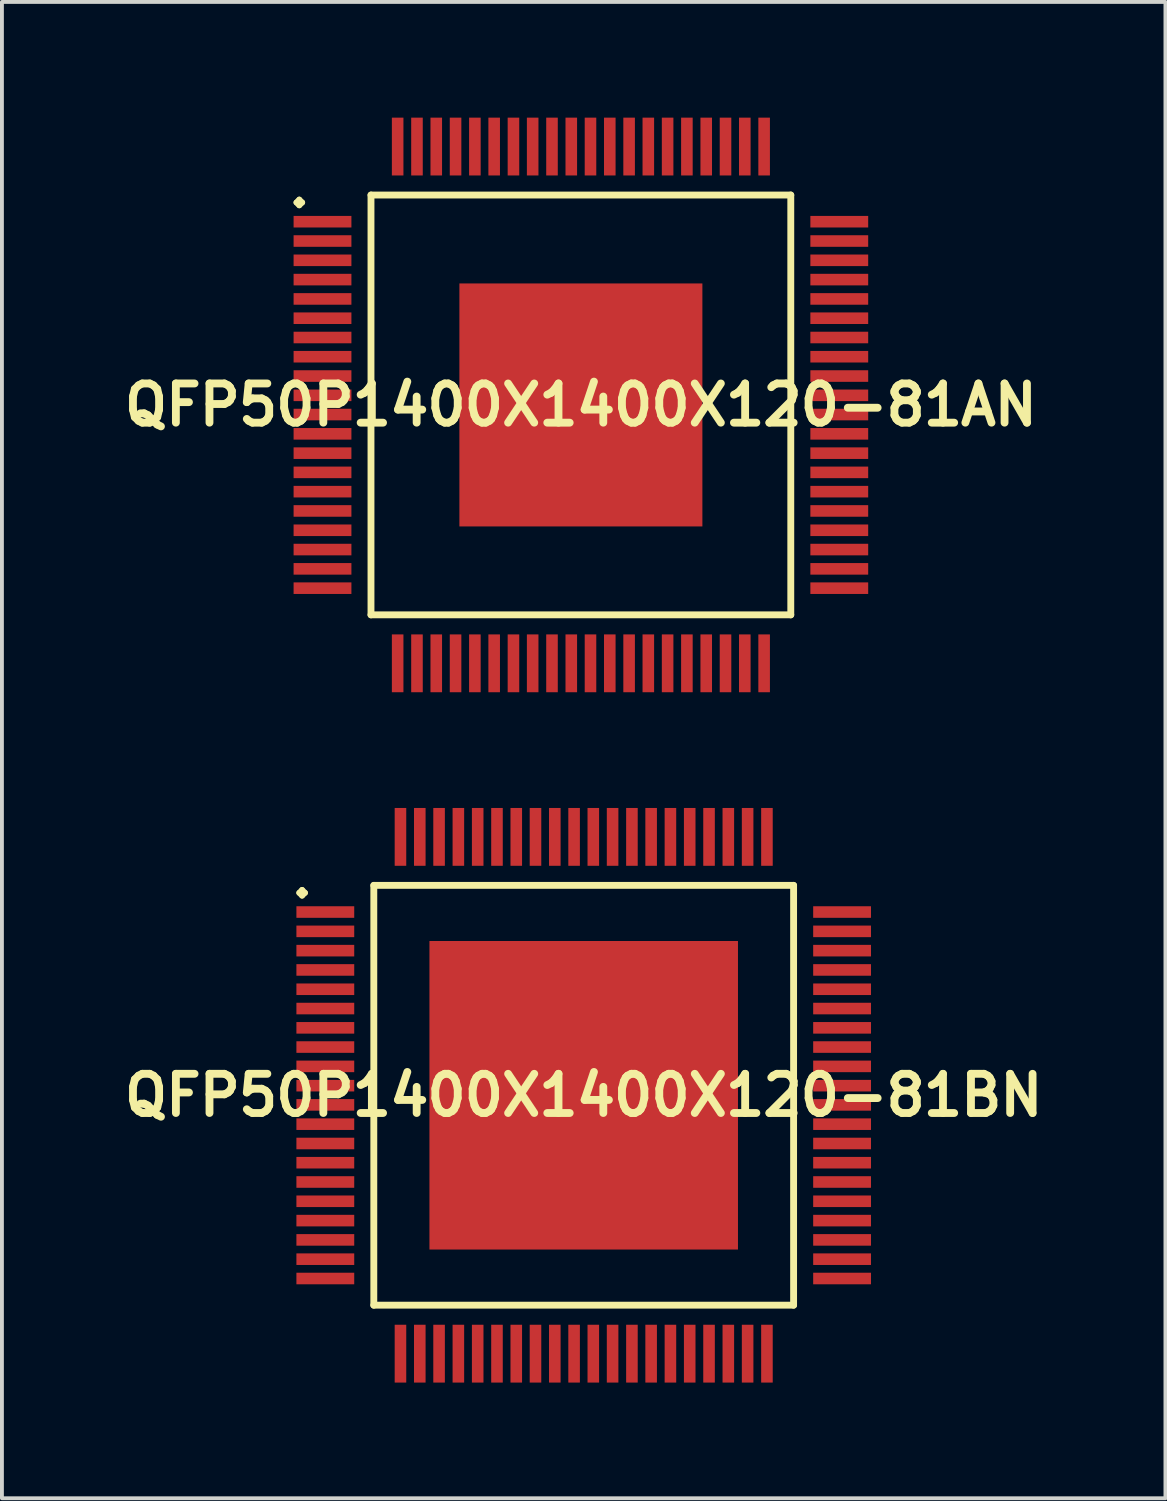
<source format=kicad_pcb>
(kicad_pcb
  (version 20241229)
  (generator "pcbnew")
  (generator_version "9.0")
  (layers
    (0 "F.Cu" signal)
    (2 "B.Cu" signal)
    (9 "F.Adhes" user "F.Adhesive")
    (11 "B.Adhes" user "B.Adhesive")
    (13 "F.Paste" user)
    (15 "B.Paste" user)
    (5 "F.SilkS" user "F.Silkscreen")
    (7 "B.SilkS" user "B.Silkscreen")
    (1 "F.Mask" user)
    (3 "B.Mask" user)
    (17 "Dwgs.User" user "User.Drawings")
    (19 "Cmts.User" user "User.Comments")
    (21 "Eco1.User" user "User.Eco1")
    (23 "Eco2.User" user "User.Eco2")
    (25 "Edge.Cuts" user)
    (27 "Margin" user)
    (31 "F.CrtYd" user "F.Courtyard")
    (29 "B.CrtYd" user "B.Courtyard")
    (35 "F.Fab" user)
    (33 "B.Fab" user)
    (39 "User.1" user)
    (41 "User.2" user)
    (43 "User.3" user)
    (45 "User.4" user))
  (footprint "QFP50P1400X1400X120-81BN"
    (layer "F.Cu")
    (at 12.081 25.342)
    (property "Reference" "QFP50P1400X1400X120-81BN" (at 0 0 0) (layer "F.SilkS") (effects (font (size 1.016 1.016) (thickness 0.203))))
    (attr smd)
    (fp_line (start -7.374 -5.248) (end -7.3 -5.324) (stroke (width 0.15) (type solid)) (layer "F.SilkS"))
    (fp_line (start -7.3 -5.324) (end -7.224 -5.248) (stroke (width 0.15) (type solid)) (layer "F.SilkS"))
    (fp_line (start -7.3 -5.174) (end -7.374 -5.248) (stroke (width 0.15) (type solid)) (layer "F.SilkS"))
    (fp_line (start -7.224 -5.248) (end -7.3 -5.174) (stroke (width 0.15) (type solid)) (layer "F.SilkS"))
    (fp_line (start -5.441 -5.441) (end -5.441 5.441) (stroke (width 0.178) (type solid)) (layer "F.SilkS"))
    (fp_line (start -5.441 5.441) (end 5.441 5.441) (stroke (width 0.178) (type solid)) (layer "F.SilkS"))
    (fp_line (start 5.441 -5.441) (end -5.441 -5.441) (stroke (width 0.178) (type solid)) (layer "F.SilkS"))
    (fp_line (start 5.441 5.441) (end 5.441 -5.441) (stroke (width 0.178) (type solid)) (layer "F.SilkS"))
    (pad "1" smd rect (at -6.698 -4.75) (size 1.499 0.3) (layers "F.Cu" "F.Mask" "F.Paste"))
    (pad "2" smd rect (at -6.698 -4.249) (size 1.499 0.3) (layers "F.Cu" "F.Mask" "F.Paste"))
    (pad "3" smd rect (at -6.698 -3.749) (size 1.499 0.3) (layers "F.Cu" "F.Mask" "F.Paste"))
    (pad "4" smd rect (at -6.698 -3.249) (size 1.499 0.3) (layers "F.Cu" "F.Mask" "F.Paste"))
    (pad "5" smd rect (at -6.698 -2.748) (size 1.499 0.3) (layers "F.Cu" "F.Mask" "F.Paste"))
    (pad "6" smd rect (at -6.698 -2.248) (size 1.499 0.3) (layers "F.Cu" "F.Mask" "F.Paste"))
    (pad "7" smd rect (at -6.698 -1.748) (size 1.499 0.3) (layers "F.Cu" "F.Mask" "F.Paste"))
    (pad "8" smd rect (at -6.698 -1.25) (size 1.499 0.3) (layers "F.Cu" "F.Mask" "F.Paste"))
    (pad "9" smd rect (at -6.698 -0.749) (size 1.499 0.3) (layers "F.Cu" "F.Mask" "F.Paste"))
    (pad "10" smd rect (at -6.698 -0.249) (size 1.499 0.3) (layers "F.Cu" "F.Mask" "F.Paste"))
    (pad "11" smd rect (at -6.698 0.249) (size 1.499 0.3) (layers "F.Cu" "F.Mask" "F.Paste"))
    (pad "12" smd rect (at -6.698 0.749) (size 1.499 0.3) (layers "F.Cu" "F.Mask" "F.Paste"))
    (pad "13" smd rect (at -6.698 1.25) (size 1.499 0.3) (layers "F.Cu" "F.Mask" "F.Paste"))
    (pad "14" smd rect (at -6.698 1.748) (size 1.499 0.3) (layers "F.Cu" "F.Mask" "F.Paste"))
    (pad "15" smd rect (at -6.698 2.248) (size 1.499 0.3) (layers "F.Cu" "F.Mask" "F.Paste"))
    (pad "16" smd rect (at -6.698 2.748) (size 1.499 0.3) (layers "F.Cu" "F.Mask" "F.Paste"))
    (pad "17" smd rect (at -6.698 3.249) (size 1.499 0.3) (layers "F.Cu" "F.Mask" "F.Paste"))
    (pad "18" smd rect (at -6.698 3.749) (size 1.499 0.3) (layers "F.Cu" "F.Mask" "F.Paste"))
    (pad "19" smd rect (at -6.698 4.249) (size 1.499 0.3) (layers "F.Cu" "F.Mask" "F.Paste"))
    (pad "20" smd rect (at -6.698 4.75) (size 1.499 0.3) (layers "F.Cu" "F.Mask" "F.Paste"))
    (pad "21" smd rect (at -4.75 6.698) (size 0.3 1.499) (layers "F.Cu" "F.Mask" "F.Paste"))
    (pad "22" smd rect (at -4.249 6.698) (size 0.3 1.499) (layers "F.Cu" "F.Mask" "F.Paste"))
    (pad "23" smd rect (at -3.749 6.698) (size 0.3 1.499) (layers "F.Cu" "F.Mask" "F.Paste"))
    (pad "24" smd rect (at -3.249 6.698) (size 0.3 1.499) (layers "F.Cu" "F.Mask" "F.Paste"))
    (pad "25" smd rect (at -2.748 6.698) (size 0.3 1.499) (layers "F.Cu" "F.Mask" "F.Paste"))
    (pad "26" smd rect (at -2.248 6.698) (size 0.3 1.499) (layers "F.Cu" "F.Mask" "F.Paste"))
    (pad "27" smd rect (at -1.748 6.698) (size 0.3 1.499) (layers "F.Cu" "F.Mask" "F.Paste"))
    (pad "28" smd rect (at -1.25 6.698) (size 0.3 1.499) (layers "F.Cu" "F.Mask" "F.Paste"))
    (pad "29" smd rect (at -0.749 6.698) (size 0.3 1.499) (layers "F.Cu" "F.Mask" "F.Paste"))
    (pad "30" smd rect (at -0.249 6.698) (size 0.3 1.499) (layers "F.Cu" "F.Mask" "F.Paste"))
    (pad "31" smd rect (at 0.249 6.698) (size 0.3 1.499) (layers "F.Cu" "F.Mask" "F.Paste"))
    (pad "32" smd rect (at 0.749 6.698) (size 0.3 1.499) (layers "F.Cu" "F.Mask" "F.Paste"))
    (pad "33" smd rect (at 1.25 6.698) (size 0.3 1.499) (layers "F.Cu" "F.Mask" "F.Paste"))
    (pad "34" smd rect (at 1.748 6.698) (size 0.3 1.499) (layers "F.Cu" "F.Mask" "F.Paste"))
    (pad "35" smd rect (at 2.248 6.698) (size 0.3 1.499) (layers "F.Cu" "F.Mask" "F.Paste"))
    (pad "36" smd rect (at 2.748 6.698) (size 0.3 1.499) (layers "F.Cu" "F.Mask" "F.Paste"))
    (pad "37" smd rect (at 3.249 6.698) (size 0.3 1.499) (layers "F.Cu" "F.Mask" "F.Paste"))
    (pad "38" smd rect (at 3.749 6.698) (size 0.3 1.499) (layers "F.Cu" "F.Mask" "F.Paste"))
    (pad "39" smd rect (at 4.249 6.698) (size 0.3 1.499) (layers "F.Cu" "F.Mask" "F.Paste"))
    (pad "40" smd rect (at 4.75 6.698) (size 0.3 1.499) (layers "F.Cu" "F.Mask" "F.Paste"))
    (pad "41" smd rect (at 6.698 4.75) (size 1.499 0.3) (layers "F.Cu" "F.Mask" "F.Paste"))
    (pad "42" smd rect (at 6.698 4.249) (size 1.499 0.3) (layers "F.Cu" "F.Mask" "F.Paste"))
    (pad "43" smd rect (at 6.698 3.749) (size 1.499 0.3) (layers "F.Cu" "F.Mask" "F.Paste"))
    (pad "44" smd rect (at 6.698 3.249) (size 1.499 0.3) (layers "F.Cu" "F.Mask" "F.Paste"))
    (pad "45" smd rect (at 6.698 2.748) (size 1.499 0.3) (layers "F.Cu" "F.Mask" "F.Paste"))
    (pad "46" smd rect (at 6.698 2.248) (size 1.499 0.3) (layers "F.Cu" "F.Mask" "F.Paste"))
    (pad "47" smd rect (at 6.698 1.748) (size 1.499 0.3) (layers "F.Cu" "F.Mask" "F.Paste"))
    (pad "48" smd rect (at 6.698 1.25) (size 1.499 0.3) (layers "F.Cu" "F.Mask" "F.Paste"))
    (pad "49" smd rect (at 6.698 0.749) (size 1.499 0.3) (layers "F.Cu" "F.Mask" "F.Paste"))
    (pad "50" smd rect (at 6.698 0.249) (size 1.499 0.3) (layers "F.Cu" "F.Mask" "F.Paste"))
    (pad "51" smd rect (at 6.698 -0.249) (size 1.499 0.3) (layers "F.Cu" "F.Mask" "F.Paste"))
    (pad "52" smd rect (at 6.698 -0.749) (size 1.499 0.3) (layers "F.Cu" "F.Mask" "F.Paste"))
    (pad "53" smd rect (at 6.698 -1.25) (size 1.499 0.3) (layers "F.Cu" "F.Mask" "F.Paste"))
    (pad "54" smd rect (at 6.698 -1.748) (size 1.499 0.3) (layers "F.Cu" "F.Mask" "F.Paste"))
    (pad "55" smd rect (at 6.698 -2.248) (size 1.499 0.3) (layers "F.Cu" "F.Mask" "F.Paste"))
    (pad "56" smd rect (at 6.698 -2.748) (size 1.499 0.3) (layers "F.Cu" "F.Mask" "F.Paste"))
    (pad "57" smd rect (at 6.698 -3.249) (size 1.499 0.3) (layers "F.Cu" "F.Mask" "F.Paste"))
    (pad "58" smd rect (at 6.698 -3.749) (size 1.499 0.3) (layers "F.Cu" "F.Mask" "F.Paste"))
    (pad "59" smd rect (at 6.698 -4.249) (size 1.499 0.3) (layers "F.Cu" "F.Mask" "F.Paste"))
    (pad "60" smd rect (at 6.698 -4.75) (size 1.499 0.3) (layers "F.Cu" "F.Mask" "F.Paste"))
    (pad "61" smd rect (at 4.75 -6.698) (size 0.3 1.499) (layers "F.Cu" "F.Mask" "F.Paste"))
    (pad "62" smd rect (at 4.249 -6.698) (size 0.3 1.499) (layers "F.Cu" "F.Mask" "F.Paste"))
    (pad "63" smd rect (at 3.749 -6.698) (size 0.3 1.499) (layers "F.Cu" "F.Mask" "F.Paste"))
    (pad "64" smd rect (at 3.249 -6.698) (size 0.3 1.499) (layers "F.Cu" "F.Mask" "F.Paste"))
    (pad "65" smd rect (at 2.748 -6.698) (size 0.3 1.499) (layers "F.Cu" "F.Mask" "F.Paste"))
    (pad "66" smd rect (at 2.248 -6.698) (size 0.3 1.499) (layers "F.Cu" "F.Mask" "F.Paste"))
    (pad "67" smd rect (at 1.748 -6.698) (size 0.3 1.499) (layers "F.Cu" "F.Mask" "F.Paste"))
    (pad "68" smd rect (at 1.25 -6.698) (size 0.3 1.499) (layers "F.Cu" "F.Mask" "F.Paste"))
    (pad "69" smd rect (at 0.749 -6.698) (size 0.3 1.499) (layers "F.Cu" "F.Mask" "F.Paste"))
    (pad "70" smd rect (at 0.249 -6.698) (size 0.3 1.499) (layers "F.Cu" "F.Mask" "F.Paste"))
    (pad "71" smd rect (at -0.249 -6.698) (size 0.3 1.499) (layers "F.Cu" "F.Mask" "F.Paste"))
    (pad "72" smd rect (at -0.749 -6.698) (size 0.3 1.499) (layers "F.Cu" "F.Mask" "F.Paste"))
    (pad "73" smd rect (at -1.25 -6.698) (size 0.3 1.499) (layers "F.Cu" "F.Mask" "F.Paste"))
    (pad "74" smd rect (at -1.748 -6.698) (size 0.3 1.499) (layers "F.Cu" "F.Mask" "F.Paste"))
    (pad "75" smd rect (at -2.248 -6.698) (size 0.3 1.499) (layers "F.Cu" "F.Mask" "F.Paste"))
    (pad "76" smd rect (at -2.748 -6.698) (size 0.3 1.499) (layers "F.Cu" "F.Mask" "F.Paste"))
    (pad "77" smd rect (at -3.249 -6.698) (size 0.3 1.499) (layers "F.Cu" "F.Mask" "F.Paste"))
    (pad "78" smd rect (at -3.749 -6.698) (size 0.3 1.499) (layers "F.Cu" "F.Mask" "F.Paste"))
    (pad "79" smd rect (at -4.249 -6.698) (size 0.3 1.499) (layers "F.Cu" "F.Mask" "F.Paste"))
    (pad "80" smd rect (at -4.75 -6.698) (size 0.3 1.499) (layers "F.Cu" "F.Mask" "F.Paste"))
    (pad "81" smd rect (at 0 0) (size 7.998 7.998) (layers "F.Cu" "F.Mask" "F.Paste")))
  (footprint "QFP50P1400X1400X120-81AN"
    (layer "F.Cu")
    (at 12.008 7.447)
    (property "Reference" "QFP50P1400X1400X120-81AN" (at 0 0 0) (layer "F.SilkS") (effects (font (size 1.016 1.016) (thickness 0.203))))
    (attr smd)
    (fp_line (start -7.374 -5.248) (end -7.3 -5.324) (stroke (width 0.15) (type solid)) (layer "F.SilkS"))
    (fp_line (start -7.3 -5.324) (end -7.224 -5.248) (stroke (width 0.15) (type solid)) (layer "F.SilkS"))
    (fp_line (start -7.3 -5.174) (end -7.374 -5.248) (stroke (width 0.15) (type solid)) (layer "F.SilkS"))
    (fp_line (start -7.224 -5.248) (end -7.3 -5.174) (stroke (width 0.15) (type solid)) (layer "F.SilkS"))
    (fp_line (start -5.441 -5.441) (end -5.441 5.441) (stroke (width 0.178) (type solid)) (layer "F.SilkS"))
    (fp_line (start -5.441 5.441) (end 5.441 5.441) (stroke (width 0.178) (type solid)) (layer "F.SilkS"))
    (fp_line (start 5.441 -5.441) (end -5.441 -5.441) (stroke (width 0.178) (type solid)) (layer "F.SilkS"))
    (fp_line (start 5.441 5.441) (end 5.441 -5.441) (stroke (width 0.178) (type solid)) (layer "F.SilkS"))
    (pad "1" smd rect (at -6.698 -4.75) (size 1.499 0.3) (layers "F.Cu" "F.Mask" "F.Paste"))
    (pad "2" smd rect (at -6.698 -4.249) (size 1.499 0.3) (layers "F.Cu" "F.Mask" "F.Paste"))
    (pad "3" smd rect (at -6.698 -3.749) (size 1.499 0.3) (layers "F.Cu" "F.Mask" "F.Paste"))
    (pad "4" smd rect (at -6.698 -3.249) (size 1.499 0.3) (layers "F.Cu" "F.Mask" "F.Paste"))
    (pad "5" smd rect (at -6.698 -2.748) (size 1.499 0.3) (layers "F.Cu" "F.Mask" "F.Paste"))
    (pad "6" smd rect (at -6.698 -2.248) (size 1.499 0.3) (layers "F.Cu" "F.Mask" "F.Paste"))
    (pad "7" smd rect (at -6.698 -1.748) (size 1.499 0.3) (layers "F.Cu" "F.Mask" "F.Paste"))
    (pad "8" smd rect (at -6.698 -1.25) (size 1.499 0.3) (layers "F.Cu" "F.Mask" "F.Paste"))
    (pad "9" smd rect (at -6.698 -0.749) (size 1.499 0.3) (layers "F.Cu" "F.Mask" "F.Paste"))
    (pad "10" smd rect (at -6.698 -0.249) (size 1.499 0.3) (layers "F.Cu" "F.Mask" "F.Paste"))
    (pad "11" smd rect (at -6.698 0.249) (size 1.499 0.3) (layers "F.Cu" "F.Mask" "F.Paste"))
    (pad "12" smd rect (at -6.698 0.749) (size 1.499 0.3) (layers "F.Cu" "F.Mask" "F.Paste"))
    (pad "13" smd rect (at -6.698 1.25) (size 1.499 0.3) (layers "F.Cu" "F.Mask" "F.Paste"))
    (pad "14" smd rect (at -6.698 1.748) (size 1.499 0.3) (layers "F.Cu" "F.Mask" "F.Paste"))
    (pad "15" smd rect (at -6.698 2.248) (size 1.499 0.3) (layers "F.Cu" "F.Mask" "F.Paste"))
    (pad "16" smd rect (at -6.698 2.748) (size 1.499 0.3) (layers "F.Cu" "F.Mask" "F.Paste"))
    (pad "17" smd rect (at -6.698 3.249) (size 1.499 0.3) (layers "F.Cu" "F.Mask" "F.Paste"))
    (pad "18" smd rect (at -6.698 3.749) (size 1.499 0.3) (layers "F.Cu" "F.Mask" "F.Paste"))
    (pad "19" smd rect (at -6.698 4.249) (size 1.499 0.3) (layers "F.Cu" "F.Mask" "F.Paste"))
    (pad "20" smd rect (at -6.698 4.75) (size 1.499 0.3) (layers "F.Cu" "F.Mask" "F.Paste"))
    (pad "21" smd rect (at -4.75 6.698) (size 0.3 1.499) (layers "F.Cu" "F.Mask" "F.Paste"))
    (pad "22" smd rect (at -4.249 6.698) (size 0.3 1.499) (layers "F.Cu" "F.Mask" "F.Paste"))
    (pad "23" smd rect (at -3.749 6.698) (size 0.3 1.499) (layers "F.Cu" "F.Mask" "F.Paste"))
    (pad "24" smd rect (at -3.249 6.698) (size 0.3 1.499) (layers "F.Cu" "F.Mask" "F.Paste"))
    (pad "25" smd rect (at -2.748 6.698) (size 0.3 1.499) (layers "F.Cu" "F.Mask" "F.Paste"))
    (pad "26" smd rect (at -2.248 6.698) (size 0.3 1.499) (layers "F.Cu" "F.Mask" "F.Paste"))
    (pad "27" smd rect (at -1.748 6.698) (size 0.3 1.499) (layers "F.Cu" "F.Mask" "F.Paste"))
    (pad "28" smd rect (at -1.25 6.698) (size 0.3 1.499) (layers "F.Cu" "F.Mask" "F.Paste"))
    (pad "29" smd rect (at -0.749 6.698) (size 0.3 1.499) (layers "F.Cu" "F.Mask" "F.Paste"))
    (pad "30" smd rect (at -0.249 6.698) (size 0.3 1.499) (layers "F.Cu" "F.Mask" "F.Paste"))
    (pad "31" smd rect (at 0.249 6.698) (size 0.3 1.499) (layers "F.Cu" "F.Mask" "F.Paste"))
    (pad "32" smd rect (at 0.749 6.698) (size 0.3 1.499) (layers "F.Cu" "F.Mask" "F.Paste"))
    (pad "33" smd rect (at 1.25 6.698) (size 0.3 1.499) (layers "F.Cu" "F.Mask" "F.Paste"))
    (pad "34" smd rect (at 1.748 6.698) (size 0.3 1.499) (layers "F.Cu" "F.Mask" "F.Paste"))
    (pad "35" smd rect (at 2.248 6.698) (size 0.3 1.499) (layers "F.Cu" "F.Mask" "F.Paste"))
    (pad "36" smd rect (at 2.748 6.698) (size 0.3 1.499) (layers "F.Cu" "F.Mask" "F.Paste"))
    (pad "37" smd rect (at 3.249 6.698) (size 0.3 1.499) (layers "F.Cu" "F.Mask" "F.Paste"))
    (pad "38" smd rect (at 3.749 6.698) (size 0.3 1.499) (layers "F.Cu" "F.Mask" "F.Paste"))
    (pad "39" smd rect (at 4.249 6.698) (size 0.3 1.499) (layers "F.Cu" "F.Mask" "F.Paste"))
    (pad "40" smd rect (at 4.75 6.698) (size 0.3 1.499) (layers "F.Cu" "F.Mask" "F.Paste"))
    (pad "41" smd rect (at 6.698 4.75) (size 1.499 0.3) (layers "F.Cu" "F.Mask" "F.Paste"))
    (pad "42" smd rect (at 6.698 4.249) (size 1.499 0.3) (layers "F.Cu" "F.Mask" "F.Paste"))
    (pad "43" smd rect (at 6.698 3.749) (size 1.499 0.3) (layers "F.Cu" "F.Mask" "F.Paste"))
    (pad "44" smd rect (at 6.698 3.249) (size 1.499 0.3) (layers "F.Cu" "F.Mask" "F.Paste"))
    (pad "45" smd rect (at 6.698 2.748) (size 1.499 0.3) (layers "F.Cu" "F.Mask" "F.Paste"))
    (pad "46" smd rect (at 6.698 2.248) (size 1.499 0.3) (layers "F.Cu" "F.Mask" "F.Paste"))
    (pad "47" smd rect (at 6.698 1.748) (size 1.499 0.3) (layers "F.Cu" "F.Mask" "F.Paste"))
    (pad "48" smd rect (at 6.698 1.25) (size 1.499 0.3) (layers "F.Cu" "F.Mask" "F.Paste"))
    (pad "49" smd rect (at 6.698 0.749) (size 1.499 0.3) (layers "F.Cu" "F.Mask" "F.Paste"))
    (pad "50" smd rect (at 6.698 0.249) (size 1.499 0.3) (layers "F.Cu" "F.Mask" "F.Paste"))
    (pad "51" smd rect (at 6.698 -0.249) (size 1.499 0.3) (layers "F.Cu" "F.Mask" "F.Paste"))
    (pad "52" smd rect (at 6.698 -0.749) (size 1.499 0.3) (layers "F.Cu" "F.Mask" "F.Paste"))
    (pad "53" smd rect (at 6.698 -1.25) (size 1.499 0.3) (layers "F.Cu" "F.Mask" "F.Paste"))
    (pad "54" smd rect (at 6.698 -1.748) (size 1.499 0.3) (layers "F.Cu" "F.Mask" "F.Paste"))
    (pad "55" smd rect (at 6.698 -2.248) (size 1.499 0.3) (layers "F.Cu" "F.Mask" "F.Paste"))
    (pad "56" smd rect (at 6.698 -2.748) (size 1.499 0.3) (layers "F.Cu" "F.Mask" "F.Paste"))
    (pad "57" smd rect (at 6.698 -3.249) (size 1.499 0.3) (layers "F.Cu" "F.Mask" "F.Paste"))
    (pad "58" smd rect (at 6.698 -3.749) (size 1.499 0.3) (layers "F.Cu" "F.Mask" "F.Paste"))
    (pad "59" smd rect (at 6.698 -4.249) (size 1.499 0.3) (layers "F.Cu" "F.Mask" "F.Paste"))
    (pad "60" smd rect (at 6.698 -4.75) (size 1.499 0.3) (layers "F.Cu" "F.Mask" "F.Paste"))
    (pad "61" smd rect (at 4.75 -6.698) (size 0.3 1.499) (layers "F.Cu" "F.Mask" "F.Paste"))
    (pad "62" smd rect (at 4.249 -6.698) (size 0.3 1.499) (layers "F.Cu" "F.Mask" "F.Paste"))
    (pad "63" smd rect (at 3.749 -6.698) (size 0.3 1.499) (layers "F.Cu" "F.Mask" "F.Paste"))
    (pad "64" smd rect (at 3.249 -6.698) (size 0.3 1.499) (layers "F.Cu" "F.Mask" "F.Paste"))
    (pad "65" smd rect (at 2.748 -6.698) (size 0.3 1.499) (layers "F.Cu" "F.Mask" "F.Paste"))
    (pad "66" smd rect (at 2.248 -6.698) (size 0.3 1.499) (layers "F.Cu" "F.Mask" "F.Paste"))
    (pad "67" smd rect (at 1.748 -6.698) (size 0.3 1.499) (layers "F.Cu" "F.Mask" "F.Paste"))
    (pad "68" smd rect (at 1.25 -6.698) (size 0.3 1.499) (layers "F.Cu" "F.Mask" "F.Paste"))
    (pad "69" smd rect (at 0.749 -6.698) (size 0.3 1.499) (layers "F.Cu" "F.Mask" "F.Paste"))
    (pad "70" smd rect (at 0.249 -6.698) (size 0.3 1.499) (layers "F.Cu" "F.Mask" "F.Paste"))
    (pad "71" smd rect (at -0.249 -6.698) (size 0.3 1.499) (layers "F.Cu" "F.Mask" "F.Paste"))
    (pad "72" smd rect (at -0.749 -6.698) (size 0.3 1.499) (layers "F.Cu" "F.Mask" "F.Paste"))
    (pad "73" smd rect (at -1.25 -6.698) (size 0.3 1.499) (layers "F.Cu" "F.Mask" "F.Paste"))
    (pad "74" smd rect (at -1.748 -6.698) (size 0.3 1.499) (layers "F.Cu" "F.Mask" "F.Paste"))
    (pad "75" smd rect (at -2.248 -6.698) (size 0.3 1.499) (layers "F.Cu" "F.Mask" "F.Paste"))
    (pad "76" smd rect (at -2.748 -6.698) (size 0.3 1.499) (layers "F.Cu" "F.Mask" "F.Paste"))
    (pad "77" smd rect (at -3.249 -6.698) (size 0.3 1.499) (layers "F.Cu" "F.Mask" "F.Paste"))
    (pad "78" smd rect (at -3.749 -6.698) (size 0.3 1.499) (layers "F.Cu" "F.Mask" "F.Paste"))
    (pad "79" smd rect (at -4.249 -6.698) (size 0.3 1.499) (layers "F.Cu" "F.Mask" "F.Paste"))
    (pad "80" smd rect (at -4.75 -6.698) (size 0.3 1.499) (layers "F.Cu" "F.Mask" "F.Paste"))
    (pad "81" smd rect (at 0 0) (size 6.299 6.299) (layers "F.Cu" "F.Mask" "F.Paste")))
  (gr_rect
    (start -3 -3)
    (end 27.161 35.789)
    (stroke (width 0.1) (type default))
    (fill no)
    (layer "Edge.Cuts")))
</source>
